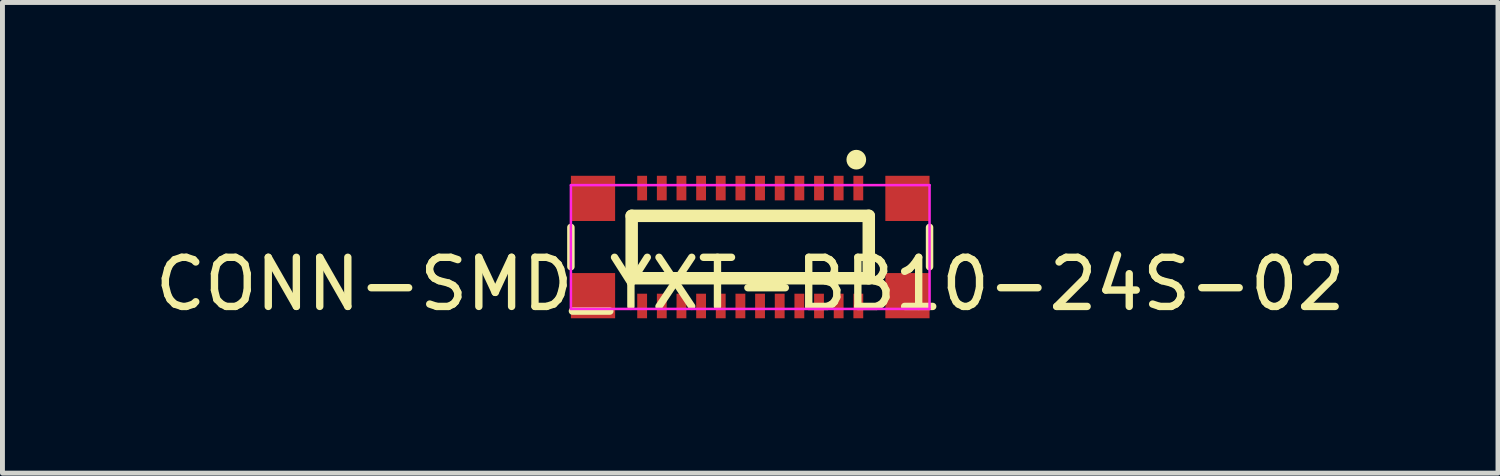
<source format=kicad_pcb>
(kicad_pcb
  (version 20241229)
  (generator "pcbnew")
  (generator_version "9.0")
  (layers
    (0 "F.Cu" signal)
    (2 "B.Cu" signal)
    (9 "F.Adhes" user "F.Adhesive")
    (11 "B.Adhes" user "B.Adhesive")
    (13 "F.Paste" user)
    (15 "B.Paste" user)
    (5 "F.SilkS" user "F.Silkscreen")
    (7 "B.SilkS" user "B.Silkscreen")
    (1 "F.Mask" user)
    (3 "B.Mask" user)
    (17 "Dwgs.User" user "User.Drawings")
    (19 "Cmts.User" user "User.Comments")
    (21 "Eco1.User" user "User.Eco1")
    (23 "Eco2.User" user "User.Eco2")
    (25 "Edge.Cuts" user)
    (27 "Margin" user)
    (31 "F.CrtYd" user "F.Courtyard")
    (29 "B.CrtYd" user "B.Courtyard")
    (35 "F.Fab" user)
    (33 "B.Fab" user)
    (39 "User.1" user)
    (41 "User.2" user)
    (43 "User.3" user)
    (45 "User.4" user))
  (footprint "CONN-SMD_YXT-BB10-24S-02"
    (layer "F.Cu")
    (at 12.22 1.978)
    (property "Reference" "CONN-SMD_YXT-BB10-24S-02" (at 0 0.754 0) (layer "F.SilkS") (effects (font (size 1 1) (thickness 0.15))))
    (attr through_hole)
    (fp_line (start -3.65 -0.4) (end -3.65 0.4) (stroke (width 0.152) (type solid)) (layer "F.SilkS"))
    (fp_line (start -2.413 -0.635) (end 2.413 -0.635) (stroke (width 0.254) (type solid)) (layer "F.SilkS"))
    (fp_line (start -2.413 0.635) (end -2.413 -0.635) (stroke (width 0.254) (type solid)) (layer "F.SilkS"))
    (fp_line (start 2.413 -0.635) (end 2.413 0.635) (stroke (width 0.254) (type solid)) (layer "F.SilkS"))
    (fp_line (start 2.413 0.635) (end -2.413 0.635) (stroke (width 0.254) (type solid)) (layer "F.SilkS"))
    (fp_line (start 3.65 -0.4) (end 3.65 0.4) (stroke (width 0.152) (type solid)) (layer "F.SilkS"))
    (fp_circle (center 2.159 -1.778) (end 2.259 -1.778) (stroke (width 0.2) (type solid)) (fill no) (layer "F.SilkS"))
    (fp_poly (pts (xy -3.17 -1.26) (xy -3.02 -1.26) (xy -3.02 -0.96) (xy -3.17 -0.96)) (stroke (width 0.005) (type solid)) (fill no) (layer "Eco2.User"))
    (fp_poly (pts (xy -3.17 0.96) (xy -3.02 0.96) (xy -3.02 1.26) (xy -3.17 1.26)) (stroke (width 0.005) (type solid)) (fill no) (layer "Eco2.User"))
    (fp_poly (pts (xy -2.25 -1.26) (xy -2.15 -1.26) (xy -2.15 -1.06) (xy -2.25 -1.06)) (stroke (width 0.005) (type solid)) (fill no) (layer "Eco2.User"))
    (fp_poly (pts (xy -2.25 1.06) (xy -2.15 1.06) (xy -2.15 1.26) (xy -2.25 1.26)) (stroke (width 0.005) (type solid)) (fill no) (layer "Eco2.User"))
    (fp_poly (pts (xy -1.85 -1.26) (xy -1.75 -1.26) (xy -1.75 -1.06) (xy -1.85 -1.06)) (stroke (width 0.005) (type solid)) (fill no) (layer "Eco2.User"))
    (fp_poly (pts (xy -1.85 1.06) (xy -1.75 1.06) (xy -1.75 1.26) (xy -1.85 1.26)) (stroke (width 0.005) (type solid)) (fill no) (layer "Eco2.User"))
    (fp_poly (pts (xy -1.45 -1.26) (xy -1.35 -1.26) (xy -1.35 -1.06) (xy -1.45 -1.06)) (stroke (width 0.005) (type solid)) (fill no) (layer "Eco2.User"))
    (fp_poly (pts (xy -1.45 1.06) (xy -1.35 1.06) (xy -1.35 1.26) (xy -1.45 1.26)) (stroke (width 0.005) (type solid)) (fill no) (layer "Eco2.User"))
    (fp_poly (pts (xy -1.05 -1.26) (xy -0.95 -1.26) (xy -0.95 -1.06) (xy -1.05 -1.06)) (stroke (width 0.005) (type solid)) (fill no) (layer "Eco2.User"))
    (fp_poly (pts (xy -1.05 1.06) (xy -0.95 1.06) (xy -0.95 1.26) (xy -1.05 1.26)) (stroke (width 0.005) (type solid)) (fill no) (layer "Eco2.User"))
    (fp_poly (pts (xy -0.65 -1.26) (xy -0.55 -1.26) (xy -0.55 -1.06) (xy -0.65 -1.06)) (stroke (width 0.005) (type solid)) (fill no) (layer "Eco2.User"))
    (fp_poly (pts (xy -0.65 1.06) (xy -0.55 1.06) (xy -0.55 1.26) (xy -0.65 1.26)) (stroke (width 0.005) (type solid)) (fill no) (layer "Eco2.User"))
    (fp_poly (pts (xy -0.25 -1.26) (xy -0.15 -1.26) (xy -0.15 -1.06) (xy -0.25 -1.06)) (stroke (width 0.005) (type solid)) (fill no) (layer "Eco2.User"))
    (fp_poly (pts (xy -0.25 1.06) (xy -0.15 1.06) (xy -0.15 1.26) (xy -0.25 1.26)) (stroke (width 0.005) (type solid)) (fill no) (layer "Eco2.User"))
    (fp_poly (pts (xy 0.15 -1.26) (xy 0.25 -1.26) (xy 0.25 -1.06) (xy 0.15 -1.06)) (stroke (width 0.005) (type solid)) (fill no) (layer "Eco2.User"))
    (fp_poly (pts (xy 0.15 1.06) (xy 0.25 1.06) (xy 0.25 1.26) (xy 0.15 1.26)) (stroke (width 0.005) (type solid)) (fill no) (layer "Eco2.User"))
    (fp_poly (pts (xy 0.55 -1.26) (xy 0.65 -1.26) (xy 0.65 -1.06) (xy 0.55 -1.06)) (stroke (width 0.005) (type solid)) (fill no) (layer "Eco2.User"))
    (fp_poly (pts (xy 0.55 1.06) (xy 0.65 1.06) (xy 0.65 1.26) (xy 0.55 1.26)) (stroke (width 0.005) (type solid)) (fill no) (layer "Eco2.User"))
    (fp_poly (pts (xy 0.95 -1.26) (xy 1.05 -1.26) (xy 1.05 -1.06) (xy 0.95 -1.06)) (stroke (width 0.005) (type solid)) (fill no) (layer "Eco2.User"))
    (fp_poly (pts (xy 0.95 1.06) (xy 1.05 1.06) (xy 1.05 1.26) (xy 0.95 1.26)) (stroke (width 0.005) (type solid)) (fill no) (layer "Eco2.User"))
    (fp_poly (pts (xy 1.35 -1.26) (xy 1.45 -1.26) (xy 1.45 -1.06) (xy 1.35 -1.06)) (stroke (width 0.005) (type solid)) (fill no) (layer "Eco2.User"))
    (fp_poly (pts (xy 1.35 1.06) (xy 1.45 1.06) (xy 1.45 1.26) (xy 1.35 1.26)) (stroke (width 0.005) (type solid)) (fill no) (layer "Eco2.User"))
    (fp_poly (pts (xy 1.75 -1.26) (xy 1.85 -1.26) (xy 1.85 -1.06) (xy 1.75 -1.06)) (stroke (width 0.005) (type solid)) (fill no) (layer "Eco2.User"))
    (fp_poly (pts (xy 1.75 1.06) (xy 1.85 1.06) (xy 1.85 1.26) (xy 1.75 1.26)) (stroke (width 0.005) (type solid)) (fill no) (layer "Eco2.User"))
    (fp_poly (pts (xy 2.15 -1.26) (xy 2.25 -1.26) (xy 2.25 -1.06) (xy 2.15 -1.06)) (stroke (width 0.005) (type solid)) (fill no) (layer "Eco2.User"))
    (fp_poly (pts (xy 2.15 1.06) (xy 2.25 1.06) (xy 2.25 1.26) (xy 2.15 1.26)) (stroke (width 0.005) (type solid)) (fill no) (layer "Eco2.User"))
    (fp_poly (pts (xy 3.02 -1.26) (xy 3.17 -1.26) (xy 3.17 -0.96) (xy 3.02 -0.96)) (stroke (width 0.005) (type solid)) (fill no) (layer "Eco2.User"))
    (fp_poly (pts (xy 3.02 0.96) (xy 3.17 0.96) (xy 3.17 1.26) (xy 3.02 1.26)) (stroke (width 0.005) (type solid)) (fill no) (layer "Eco2.User"))
    (fp_poly (pts (xy 3.71 -1.26) (xy 3.709 -1.272) (xy 3.705 -1.283) (xy 3.7 -1.293) (xy 3.692 -1.302) (xy 3.683 -1.31) (xy 3.673 -1.315) (xy 3.662 -1.319) (xy 3.65 -1.32) (xy 3.638 -1.319) (xy 3.627 -1.315) (xy 3.617 -1.31) (xy 3.608 -1.302) (xy 3.6 -1.293) (xy 3.595 -1.283) (xy 3.591 -1.272) (xy 3.59 -1.26) (xy 3.591 -1.248) (xy 3.595 -1.237) (xy 3.6 -1.227) (xy 3.608 -1.218) (xy 3.617 -1.21) (xy 3.627 -1.205) (xy 3.638 -1.201) (xy 3.65 -1.2) (xy 3.662 -1.201) (xy 3.673 -1.205) (xy 3.683 -1.21) (xy 3.692 -1.218) (xy 3.7 -1.227) (xy 3.705 -1.237) (xy 3.709 -1.248)) (stroke (width 0.005) (type solid)) (fill no) (layer "Eco2.User"))
    (fp_line (start -3.65 -1.26) (end 3.65 -1.26) (stroke (width 0.051) (type solid)) (layer "F.CrtYd"))
    (fp_line (start -3.65 1.26) (end -3.65 -1.26) (stroke (width 0.051) (type solid)) (layer "F.CrtYd"))
    (fp_line (start 3.65 -1.26) (end 3.65 1.26) (stroke (width 0.051) (type solid)) (layer "F.CrtYd"))
    (fp_line (start 3.65 1.26) (end -3.65 1.26) (stroke (width 0.051) (type solid)) (layer "F.CrtYd"))
    (pad "1" smd rect (at 2.2 -1.2) (size 0.2 0.5) (layers "F.Cu" "F.Mask" "F.Paste"))
    (pad "2" smd rect (at 1.8 -1.2) (size 0.2 0.5) (layers "F.Cu" "F.Mask" "F.Paste"))
    (pad "3" smd rect (at 1.4 -1.2) (size 0.2 0.5) (layers "F.Cu" "F.Mask" "F.Paste"))
    (pad "4" smd rect (at 1 -1.2) (size 0.2 0.5) (layers "F.Cu" "F.Mask" "F.Paste"))
    (pad "5" smd rect (at 0.6 -1.2) (size 0.2 0.5) (layers "F.Cu" "F.Mask" "F.Paste"))
    (pad "6" smd rect (at 0.2 -1.2) (size 0.2 0.5) (layers "F.Cu" "F.Mask" "F.Paste"))
    (pad "7" smd rect (at -0.2 -1.2) (size 0.2 0.5) (layers "F.Cu" "F.Mask" "F.Paste"))
    (pad "8" smd rect (at -0.6 -1.2) (size 0.2 0.5) (layers "F.Cu" "F.Mask" "F.Paste"))
    (pad "9" smd rect (at -1 -1.2) (size 0.2 0.5) (layers "F.Cu" "F.Mask" "F.Paste"))
    (pad "10" smd rect (at -1.4 -1.2) (size 0.2 0.5) (layers "F.Cu" "F.Mask" "F.Paste"))
    (pad "11" smd rect (at -1.8 -1.2) (size 0.2 0.5) (layers "F.Cu" "F.Mask" "F.Paste"))
    (pad "12" smd rect (at -2.2 -1.2) (size 0.2 0.5) (layers "F.Cu" "F.Mask" "F.Paste"))
    (pad "13" smd rect (at -2.2 1.2) (size 0.2 0.5) (layers "F.Cu" "F.Mask" "F.Paste"))
    (pad "14" smd rect (at -1.8 1.2) (size 0.2 0.5) (layers "F.Cu" "F.Mask" "F.Paste"))
    (pad "15" smd rect (at -1.4 1.2) (size 0.2 0.5) (layers "F.Cu" "F.Mask" "F.Paste"))
    (pad "16" smd rect (at -1 1.2) (size 0.2 0.5) (layers "F.Cu" "F.Mask" "F.Paste"))
    (pad "17" smd rect (at -0.6 1.2) (size 0.2 0.5) (layers "F.Cu" "F.Mask" "F.Paste"))
    (pad "18" smd rect (at -0.2 1.2) (size 0.2 0.5) (layers "F.Cu" "F.Mask" "F.Paste"))
    (pad "19" smd rect (at 0.2 1.2) (size 0.2 0.5) (layers "F.Cu" "F.Mask" "F.Paste"))
    (pad "20" smd rect (at 0.6 1.2) (size 0.2 0.5) (layers "F.Cu" "F.Mask" "F.Paste"))
    (pad "21" smd rect (at 1 1.2) (size 0.2 0.5) (layers "F.Cu" "F.Mask" "F.Paste"))
    (pad "22" smd rect (at 1.4 1.2) (size 0.2 0.5) (layers "F.Cu" "F.Mask" "F.Paste"))
    (pad "23" smd rect (at 1.8 1.2) (size 0.2 0.5) (layers "F.Cu" "F.Mask" "F.Paste"))
    (pad "24" smd rect (at 2.2 1.2) (size 0.2 0.5) (layers "F.Cu" "F.Mask" "F.Paste"))
    (pad "25" smd rect (at -3.2 -0.99) (size 0.9 0.92) (layers "F.Cu" "F.Mask" "F.Paste"))
    (pad "26" smd rect (at -3.2 0.99) (size 0.9 0.92) (layers "F.Cu" "F.Mask" "F.Paste"))
    (pad "27" smd rect (at 3.2 0.99) (size 0.9 0.92) (layers "F.Cu" "F.Mask" "F.Paste"))
    (pad "28" smd rect (at 3.2 -0.99) (size 0.9 0.92) (layers "F.Cu" "F.Mask" "F.Paste")))
  (gr_rect
    (start -3 -3)
    (end 27.44 6.58)
    (stroke (width 0.1) (type default))
    (fill no)
    (layer "Edge.Cuts")))
</source>
